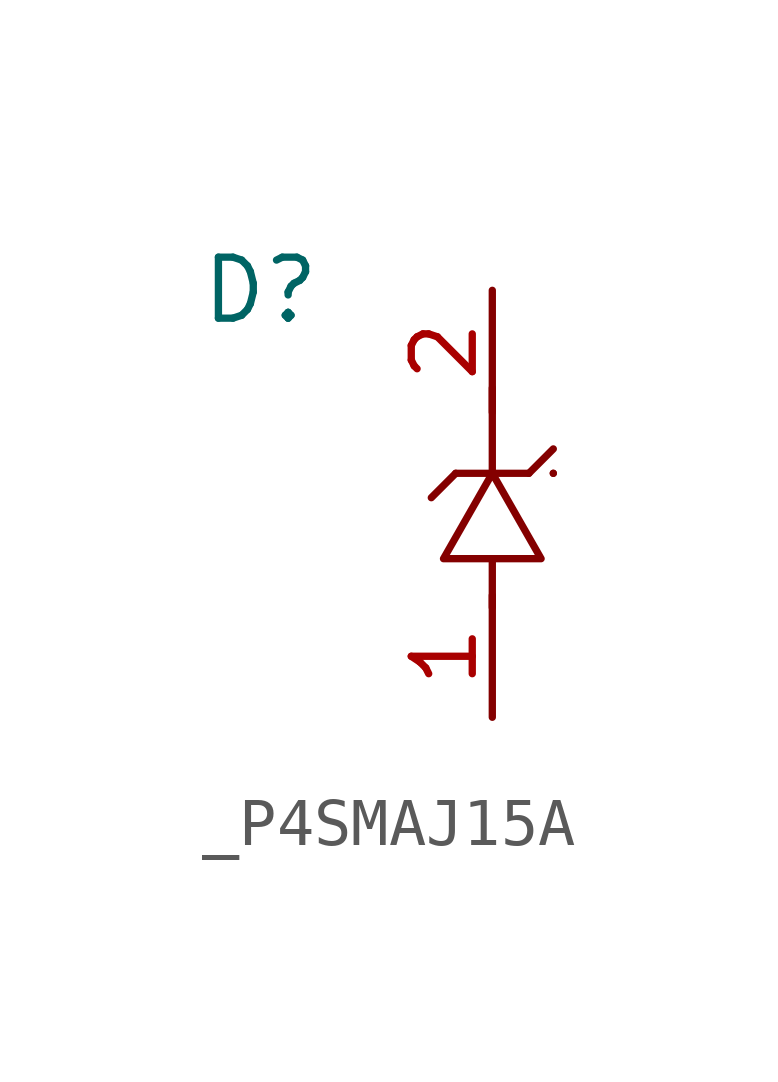
<source format=kicad_sym>
(kicad_symbol_lib
  (version 20231120)
  (generator "kicad_symbol_editor")
  (generator_version "8.0")
  (symbol "_P4SMAJ15A"
    (property "Reference" "D"
      (at 0.254 0 0)
      (effects (font (size 1.27 1.27))))
    (property "Value" ""
      (at 0 0 0)
      (effects (font (size 1.27 1.27))))
    (symbol "_P4SMAJ15A_1_1"
      (polyline (pts (xy 4.318 -3.81) (xy 3.81 -4.318)) (stroke (width 0) (type default)) (fill (type none)))
      (polyline (pts (xy 5.08 -3.81) (xy 4.318 -3.81)) (stroke (width 0) (type default)) (fill (type none)))
      (polyline (pts (xy 5.08 -3.81) (xy 5.842 -3.81)) (stroke (width 0) (type default)) (fill (type none)))
      (polyline (pts (xy 5.08 -2.032) (xy 5.08 -3.81)) (stroke (width 0) (type default)) (fill (type none)))
      (polyline (pts (xy 5.842 -3.81) (xy 6.35 -3.302)) (stroke (width 0) (type default)) (fill (type none)))
      (polyline (pts (xy 6.35 -3.81) (xy 6.35 -3.81)) (stroke (width 0) (type default)) (fill (type none)))
      (polyline (pts (xy 6.35 -3.81) (xy 6.35 -3.81)) (stroke (width 0) (type default)) (fill (type none)))
      (polyline (pts (xy 5.08 -6.604) (xy 5.08 -6.35) (xy 5.08 -5.588) (xy 6.096 -5.588) (xy 5.08 -3.81) (xy 4.064 -5.588) (xy 5.08 -5.588)) (stroke (width 0) (type default)) (fill (type none)))
      (pin passive line (at 5.08 -8.89 90) (length 2.54) (name "" (effects (font (size 1.27 1.27)))) (number "1" (effects (font (size 1.27 1.27)))))
      (pin passive line (at 5.08 0 270) (length 2.54) (name "" (effects (font (size 1.27 1.27)))) (number "2" (effects (font (size 1.27 1.27))))))))
</source>
